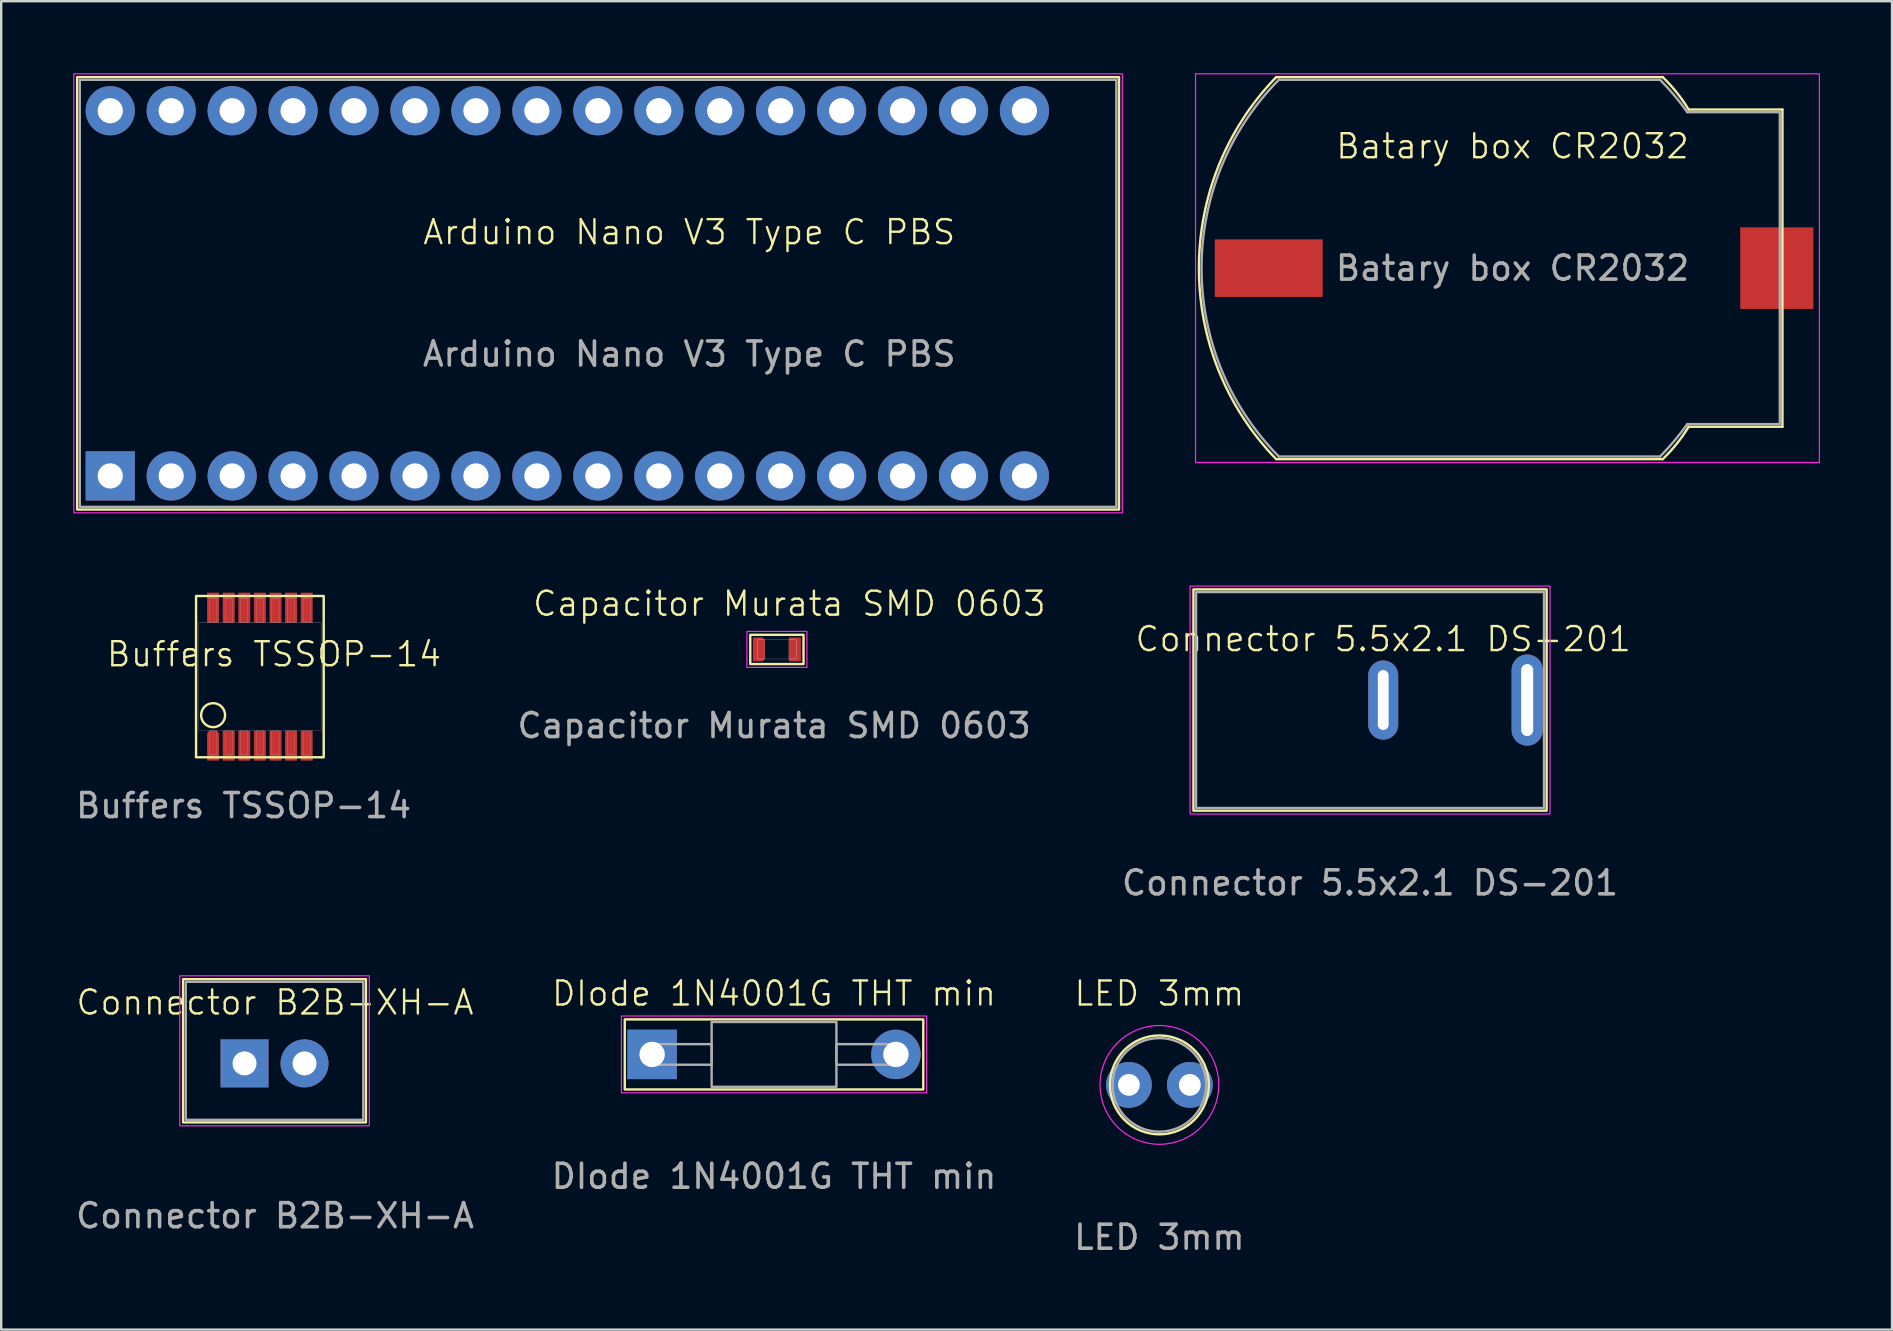
<source format=kicad_pcb>
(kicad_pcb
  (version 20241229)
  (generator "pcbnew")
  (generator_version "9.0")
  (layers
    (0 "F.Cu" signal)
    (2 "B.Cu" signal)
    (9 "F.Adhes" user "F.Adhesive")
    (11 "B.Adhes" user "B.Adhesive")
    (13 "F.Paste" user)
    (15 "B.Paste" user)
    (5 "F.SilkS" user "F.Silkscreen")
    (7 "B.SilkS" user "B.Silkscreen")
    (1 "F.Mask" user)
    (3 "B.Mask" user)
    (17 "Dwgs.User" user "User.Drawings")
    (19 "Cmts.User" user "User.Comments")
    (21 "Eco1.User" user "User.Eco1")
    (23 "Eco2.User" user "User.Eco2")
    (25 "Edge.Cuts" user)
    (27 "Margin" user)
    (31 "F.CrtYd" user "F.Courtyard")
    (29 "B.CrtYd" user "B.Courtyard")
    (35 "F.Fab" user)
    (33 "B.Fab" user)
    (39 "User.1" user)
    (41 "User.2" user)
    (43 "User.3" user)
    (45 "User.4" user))
  (footprint "Capacitor Murata SMD 0603"
    (layer "F.Cu")
    (at 28.578 24.015)
    (property "Reference" "Capacitor Murata SMD 0603" (at 1.27 -1.905 0) (unlocked yes) (layer "F.SilkS") (effects (font (size 1 1) (thickness 0.1))))
    (attr smd)
    (fp_rect (start -0.36 -0.61) (end 1.86 0.61) (stroke (width 0.1) (type solid)) (fill no) (layer "F.SilkS"))
    (fp_rect (start -0.5 -0.75) (end 2 0.75) (stroke (width 0.05) (type solid)) (fill no) (layer "F.CrtYd"))
    (fp_rect (start -0.05 -0.4) (end 0.25 0.4) (stroke (width 0.01) (type solid)) (fill no) (layer "F.Fab"))
    (fp_rect (start -0.05 -0.4) (end 1.55 0.4) (stroke (width 0.01) (type solid)) (fill no) (layer "F.Fab"))
    (fp_rect (start 1.25 -0.4) (end 1.55 0.4) (stroke (width 0.01) (type solid)) (fill no) (layer "F.Fab"))
    (fp_text user "${REFERENCE}" (at 0.635 3.175 0) (unlocked yes) (layer "F.Fab") (effects (font (size 1 1) (thickness 0.15))))
    (pad "GND" smd rect (at 1.5 0) (size 0.5 1) (layers "F.Cu" "F.Mask" "F.Paste"))
    (pad "Vin" smd roundrect (at 0 0) (size 0.5 1) (layers "F.Cu" "F.Mask" "F.Paste") (roundrect_rratio 0) (chamfer_ratio 0.2) (chamfer top_right bottom_right)))
  (footprint "Buffers TSSOP-14"
    (layer "F.Cu")
    (at 5.831 28.025)
    (property "Reference" "Buffers TSSOP-14" (at 2.54 -3.81 0) (unlocked yes) (layer "F.SilkS") (effects (font (size 1 1) (thickness 0.1))))
    (attr smd)
    (fp_rect (start -0.71 -6.235) (end 4.61 0.485) (stroke (width 0.1) (type solid)) (fill no) (layer "F.SilkS"))
    (fp_circle (center 0 -1.27) (end 0.5 -1.27) (stroke (width 0.1) (type solid)) (fill no) (layer "F.SilkS"))
    (fp_rect (start -0.85 -6.625) (end 4.75 0.875) (stroke (width 0.1) (type solid)) (fill no) (layer "Margin"))
    (fp_rect (start -0.6 -5.125) (end 4.5 -0.625) (stroke (width 0.01) (type solid)) (fill no) (layer "F.Fab"))
    (fp_rect (start -0.15 -6.125) (end 0.15 -5.125) (stroke (width 0.01) (type solid)) (fill no) (layer "F.Fab"))
    (fp_rect (start -0.15 -0.625) (end 0.15 0.375) (stroke (width 0.01) (type solid)) (fill no) (layer "F.Fab"))
    (fp_rect (start 0.5 -6.125) (end 0.8 -5.125) (stroke (width 0.01) (type solid)) (fill no) (layer "F.Fab"))
    (fp_rect (start 0.5 -0.625) (end 0.8 0.375) (stroke (width 0.01) (type solid)) (fill no) (layer "F.Fab"))
    (fp_rect (start 1.15 -6.125) (end 1.45 -5.125) (stroke (width 0.01) (type solid)) (fill no) (layer "F.Fab"))
    (fp_rect (start 1.15 -0.625) (end 1.45 0.375) (stroke (width 0.01) (type solid)) (fill no) (layer "F.Fab"))
    (fp_rect (start 1.8 -6.125) (end 2.1 -5.125) (stroke (width 0.01) (type solid)) (fill no) (layer "F.Fab"))
    (fp_rect (start 1.8 -0.625) (end 2.1 0.375) (stroke (width 0.01) (type solid)) (fill no) (layer "F.Fab"))
    (fp_rect (start 2.45 -6.125) (end 2.75 -5.125) (stroke (width 0.01) (type solid)) (fill no) (layer "F.Fab"))
    (fp_rect (start 2.45 -0.625) (end 2.75 0.375) (stroke (width 0.01) (type solid)) (fill no) (layer "F.Fab"))
    (fp_rect (start 3.1 -6.125) (end 3.4 -5.125) (stroke (width 0.01) (type solid)) (fill no) (layer "F.Fab"))
    (fp_rect (start 3.1 -0.625) (end 3.4 0.375) (stroke (width 0.01) (type solid)) (fill no) (layer "F.Fab"))
    (fp_rect (start 3.75 -6.125) (end 4.05 -5.125) (stroke (width 0.01) (type solid)) (fill no) (layer "F.Fab"))
    (fp_rect (start 3.75 -0.625) (end 4.05 0.375) (stroke (width 0.01) (type solid)) (fill no) (layer "F.Fab"))
    (fp_text user "${REFERENCE}" (at 1.27 2.5 0) (unlocked yes) (layer "F.Fab") (effects (font (size 1 1) (thickness 0.15))))
    (pad "1" smd roundrect (at 0 0) (size 0.5 1.25) (layers "F.Cu" "F.Mask" "F.Paste") (roundrect_rratio 0) (chamfer_ratio 0.2) (chamfer top_left top_right))
    (pad "2" smd rect (at 0.65 0) (size 0.5 1.25) (layers "F.Cu" "F.Mask" "F.Paste"))
    (pad "3" smd rect (at 1.3 0) (size 0.5 1.25) (layers "F.Cu" "F.Mask" "F.Paste"))
    (pad "4" smd rect (at 1.95 0) (size 0.5 1.25) (layers "F.Cu" "F.Mask" "F.Paste"))
    (pad "5" smd rect (at 2.6 0) (size 0.5 1.25) (layers "F.Cu" "F.Mask" "F.Paste"))
    (pad "6" smd rect (at 3.25 0) (size 0.5 1.25) (layers "F.Cu" "F.Mask" "F.Paste"))
    (pad "7" smd rect (at 3.9 0) (size 0.5 1.25) (layers "F.Cu" "F.Mask" "F.Paste"))
    (pad "8" smd rect (at 3.9 -5.75) (size 0.5 1.25) (layers "F.Cu" "F.Mask" "F.Paste"))
    (pad "9" smd rect (at 3.25 -5.75) (size 0.5 1.25) (layers "F.Cu" "F.Mask" "F.Paste"))
    (pad "10" smd rect (at 2.6 -5.75) (size 0.5 1.25) (layers "F.Cu" "F.Mask" "F.Paste"))
    (pad "11" smd rect (at 1.95 -5.75) (size 0.5 1.25) (layers "F.Cu" "F.Mask" "F.Paste"))
    (pad "12" smd rect (at 1.3 -5.75) (size 0.5 1.25) (layers "F.Cu" "F.Mask" "F.Paste"))
    (pad "13" smd rect (at 0.65 -5.75) (size 0.5 1.25) (layers "F.Cu" "F.Mask" "F.Paste"))
    (pad "14" smd rect (at 0 -5.75) (size 0.5 1.25) (layers "F.Cu" "F.Mask" "F.Paste")))
  (footprint "Connector 5.5x2.1 DS-201"
    (layer "F.Cu")
    (at 54.597 26.125)
    (property "Reference" "Connector 5.5x2.1 DS-201" (at 0 -2.54 0) (unlocked yes) (layer "F.SilkS") (effects (font (size 1 1) (thickness 0.1))))
    (attr through_hole)
    (fp_rect (start -7.91 -4.61) (end 6.81 4.61) (stroke (width 0.1) (type solid)) (fill no) (layer "F.SilkS"))
    (fp_rect (start -8.05 -4.75) (end 6.95 4.75) (stroke (width 0.05) (type solid)) (fill no) (layer "F.CrtYd"))
    (fp_rect (start -7.8 -4.5) (end 6.7 4.5) (stroke (width 0.1) (type solid)) (fill no) (layer "F.Fab"))
    (fp_text user "${REFERENCE}" (at -0.55 7.62 0) (unlocked yes) (layer "F.Fab") (effects (font (size 1 1) (thickness 0.15))))
    (pad "GND" thru_hole oval (at 0 0) (size 1.25 3.3) (drill oval 0.45 2.5) (layers "*.Cu" "*.Mask"))
    (pad "Vout" thru_hole oval (at 6 0) (size 1.3 3.8) (drill oval 0.5 3) (layers "*.Cu" "*.Mask")))
  (footprint "DIode 1N4001G THT min"
    (layer "F.Cu")
    (at 24.128 40.894)
    (property "Reference" "DIode 1N4001G THT min" (at 5.08 -2.54 0) (unlocked yes) (layer "F.SilkS") (effects (font (size 1 1) (thickness 0.1))))
    (attr through_hole)
    (fp_rect (start -1.14 -1.46) (end 11.3 1.46) (stroke (width 0.1) (type default)) (fill no) (layer "F.SilkS"))
    (fp_rect (start -1.28 -1.6) (end 11.44 1.6) (stroke (width 0.05) (type solid)) (fill no) (layer "F.CrtYd"))
    (fp_rect (start 0 -0.43) (end 2.48 0.43) (stroke (width 0.1) (type solid)) (fill no) (layer "F.Fab"))
    (fp_rect (start 2.48 -1.35) (end 7.68 1.35) (stroke (width 0.1) (type solid)) (fill no) (layer "F.Fab"))
    (fp_rect (start 7.68 -0.43) (end 10.16 0.43) (stroke (width 0.1) (type solid)) (fill no) (layer "F.Fab"))
    (fp_text user "${REFERENCE}" (at 5.08 5.08 0) (unlocked yes) (layer "F.Fab") (effects (font (size 1 1) (thickness 0.15))))
    (pad "GND" thru_hole circle (at 10.16 0) (size 2.06 2.06) (drill 1.06) (layers "*.Cu" "*.Mask"))
    (pad "Vin" thru_hole rect (at 0 0) (size 2.06 2.06) (drill 1.06) (layers "*.Cu" "*.Mask")))
  (footprint "Arduino Nano V3 Type C PBS"
    (layer "F.Cu")
    (at 1.545 16.785)
    (property "Reference" "Arduino Nano V3 Type C PBS" (at 24.13 -10.16 0) (unlocked yes) (layer "F.SilkS") (effects (font (size 1 1) (thickness 0.1))))
    (attr through_hole)
    (fp_rect (start -1.38 1.4) (end 42.04 -16.62) (stroke (width 0.1) (type solid)) (fill no) (layer "F.SilkS"))
    (fp_rect (start -1.52 1.54) (end 42.18 -16.76) (stroke (width 0.05) (type solid)) (fill no) (layer "F.CrtYd"))
    (fp_rect (start -1.27 1.29) (end 41.93 -16.51) (stroke (width 0.1) (type solid)) (fill no) (layer "F.Fab"))
    (fp_text user "${REFERENCE}" (at 24.13 -5.08 0) (unlocked yes) (layer "F.Fab") (effects (font (size 1 1) (thickness 0.15))))
    (pad "3V3" thru_hole circle (at 35.56 -15.22) (size 2.05 2.05) (drill 1.05) (layers "*.Cu" "*.Mask"))
    (pad "5V" thru_hole circle (at 10.16 -15.22) (size 2.05 2.05) (drill 1.05) (layers "*.Cu" "*.Mask"))
    (pad "A0" thru_hole circle (at 30.48 -15.22) (size 2.05 2.05) (drill 1.05) (layers "*.Cu" "*.Mask"))
    (pad "A1" thru_hole circle (at 27.94 -15.22) (size 2.05 2.05) (drill 1.05) (layers "*.Cu" "*.Mask"))
    (pad "A2" thru_hole circle (at 25.4 -15.22) (size 2.05 2.05) (drill 1.05) (layers "*.Cu" "*.Mask"))
    (pad "A3" thru_hole circle (at 22.86 -15.22) (size 2.05 2.05) (drill 1.05) (layers "*.Cu" "*.Mask"))
    (pad "A4" thru_hole circle (at 20.32 -15.22) (size 2.05 2.05) (drill 1.05) (layers "*.Cu" "*.Mask"))
    (pad "A5" thru_hole circle (at 17.78 -15.22) (size 2.05 2.05) (drill 1.05) (layers "*.Cu" "*.Mask"))
    (pad "A6" thru_hole circle (at 15.24 -15.22) (size 2.05 2.05) (drill 1.05) (layers "*.Cu" "*.Mask"))
    (pad "A7" thru_hole circle (at 12.7 -15.22) (size 2.05 2.05) (drill 1.05) (layers "*.Cu" "*.Mask"))
    (pad "AREF" thru_hole circle (at 33.02 -15.22) (size 2.05 2.05) (drill 1.05) (layers "*.Cu" "*.Mask"))
    (pad "D0" thru_hole circle (at 5.08 0) (size 2.05 2.05) (drill 1.05) (layers "*.Cu" "*.Mask"))
    (pad "D1" thru_hole circle (at 2.54 0) (size 2.05 2.05) (drill 1.05) (layers "*.Cu" "*.Mask"))
    (pad "D2" thru_hole circle (at 12.7 0) (size 2.05 2.05) (drill 1.05) (layers "*.Cu" "*.Mask"))
    (pad "D3" thru_hole circle (at 15.24 0) (size 2.05 2.05) (drill 1.05) (layers "*.Cu" "*.Mask"))
    (pad "D4" thru_hole circle (at 17.78 0) (size 2.05 2.05) (drill 1.05) (layers "*.Cu" "*.Mask"))
    (pad "D5" thru_hole circle (at 20.32 0) (size 2.05 2.05) (drill 1.05) (layers "*.Cu" "*.Mask"))
    (pad "D6" thru_hole circle (at 22.86 0) (size 2.05 2.05) (drill 1.05) (layers "*.Cu" "*.Mask"))
    (pad "D7" thru_hole circle (at 25.4 0) (size 2.05 2.05) (drill 1.05) (layers "*.Cu" "*.Mask"))
    (pad "D8" thru_hole circle (at 27.94 0) (size 2.05 2.05) (drill 1.05) (layers "*.Cu" "*.Mask"))
    (pad "D9" thru_hole circle (at 30.48 0) (size 2.05 2.05) (drill 1.05) (layers "*.Cu" "*.Mask"))
    (pad "D10" thru_hole circle (at 33.02 0) (size 2.05 2.05) (drill 1.05) (layers "*.Cu" "*.Mask"))
    (pad "D11" thru_hole circle (at 35.56 0) (size 2.05 2.05) (drill 1.05) (layers "*.Cu" "*.Mask"))
    (pad "D12" thru_hole circle (at 38.1 0) (size 2.05 2.05) (drill 1.05) (layers "*.Cu" "*.Mask"))
    (pad "D13" thru_hole circle (at 38.1 -15.22) (size 2.05 2.05) (drill 1.05) (layers "*.Cu" "*.Mask"))
    (pad "GL" thru_hole circle (at 10.16 0) (size 2.05 2.05) (drill 1.05) (layers "*.Cu" "*.Mask"))
    (pad "GR" thru_hole circle (at 5.08 -15.22) (size 2.05 2.05) (drill 1.05) (layers "*.Cu" "*.Mask"))
    (pad "PE0" thru_hole circle (at 0 -15.22) (size 2.05 2.05) (drill 1.05) (layers "*.Cu" "*.Mask"))
    (pad "PE1" thru_hole rect (at 0 0) (size 2.05 2.05) (drill 1.05) (layers "*.Cu" "*.Mask"))
    (pad "RL" thru_hole circle (at 7.62 0) (size 2.05 2.05) (drill 1.05) (layers "*.Cu" "*.Mask"))
    (pad "RR" thru_hole circle (at 7.62 -15.22) (size 2.05 2.05) (drill 1.05) (layers "*.Cu" "*.Mask"))
    (pad "VIN" thru_hole circle (at 2.54 -15.22) (size 2.05 2.05) (drill 1.05) (layers "*.Cu" "*.Mask")))
  (footprint "Batary box CR2032"
    (layer "F.Cu")
    (at 49.825 8.125)
    (property "Reference" "Batary box CR2032" (at 10.16 -5.08 0) (unlocked yes) (layer "F.SilkS") (effects (font (size 1 1) (thickness 0.1))))
    (attr smd)
    (fp_line (start 0.31 -7.96) (end 16.42 -7.96) (stroke (width 0.1) (type solid)) (layer "F.SilkS"))
    (fp_line (start 0.31 7.96) (end 16.42 7.96) (stroke (width 0.1) (type solid)) (layer "F.SilkS"))
    (fp_line (start 17.5 -6.61) (end 21.41 -6.61) (stroke (width 0.1) (type solid)) (layer "F.SilkS"))
    (fp_line (start 21.41 -6.61) (end 21.41 6.61) (stroke (width 0.1) (type solid)) (layer "F.SilkS"))
    (fp_line (start 21.41 6.61) (end 17.5 6.61) (stroke (width 0.1) (type solid)) (layer "F.SilkS"))
    (fp_arc (start 0.31 7.96) (mid -2.91 0) (end 0.31 -7.96) (stroke (width 0.1) (type solid)) (layer "F.SilkS"))
    (fp_arc (start 16.42 -7.96) (mid 17.011366 -7.311267) (end 17.5 -6.61) (stroke (width 0.1) (type solid)) (layer "F.SilkS"))
    (fp_arc (start 17.5 6.61) (mid 17.011366 7.311267) (end 16.42 7.96) (stroke (width 0.1) (type solid)) (layer "F.SilkS"))
    (fp_rect (start -3.05 -8.1) (end 22.95 8.1) (stroke (width 0.05) (type solid)) (fill no) (layer "F.CrtYd"))
    (fp_line (start 0.42 -7.85) (end 16.31 -7.85) (stroke (width 0.1) (type solid)) (layer "F.Fab"))
    (fp_line (start 0.42 7.85) (end 16.31 7.85) (stroke (width 0.1) (type solid)) (layer "F.Fab"))
    (fp_line (start 17.44 -6.5) (end 21.3 -6.5) (stroke (width 0.1) (type solid)) (layer "F.Fab"))
    (fp_line (start 21.3 -6.5) (end 21.3 6.5) (stroke (width 0.1) (type solid)) (layer "F.Fab"))
    (fp_line (start 21.3 6.5) (end 17.44 6.5) (stroke (width 0.1) (type solid)) (layer "F.Fab"))
    (fp_arc (start 0.42 7.85) (mid -2.8 0) (end 0.42 -7.85) (stroke (width 0.1) (type solid)) (layer "F.Fab"))
    (fp_arc (start 16.31 -7.85) (mid 16.901366 -7.201267) (end 17.44001 -6.508135) (stroke (width 0.1) (type solid)) (layer "F.Fab"))
    (fp_arc (start 17.4401 6.508135) (mid 16.901366 7.201267) (end 16.31 7.85) (stroke (width 0.1) (type solid)) (layer "F.Fab"))
    (fp_text user "${REFERENCE}" (at 10.16 0 0) (unlocked yes) (layer "F.Fab") (effects (font (size 1 1) (thickness 0.15))))
    (pad "GND" smd rect (at 0 0) (size 4.5 2.4) (layers "F.Cu" "F.Mask" "F.Paste"))
    (pad "VCC" smd rect (at 21.175 0) (size 3.05 3.4) (layers "F.Cu" "F.Mask" "F.Paste")))
  (footprint "Connector B2B-XH-A"
    (layer "F.Cu")
    (at 7.141 41.268)
    (property "Reference" "Connector B2B-XH-A" (at 1.27 -2.54 0) (unlocked yes) (layer "F.SilkS") (effects (font (size 1 1) (thickness 0.1))))
    (attr through_hole)
    (fp_rect (start -2.56 2.46) (end 5.06 -3.51) (stroke (width 0.1) (type solid)) (fill no) (layer "F.SilkS"))
    (fp_rect (start -2.7 2.6) (end 5.2 -3.65) (stroke (width 0.05) (type solid)) (fill no) (layer "F.CrtYd"))
    (fp_rect (start -2.45 2.35) (end 4.95 -3.4) (stroke (width 0.1) (type default)) (fill no) (layer "F.Fab"))
    (fp_text user "${REFERENCE}" (at 1.27 6.35 0) (unlocked yes) (layer "F.Fab") (effects (font (size 1 1) (thickness 0.15))))
    (pad "GND" thru_hole circle (at 2.5 0) (size 2 2) (drill 1) (layers "*.Cu" "*.Mask"))
    (pad "VCC" thru_hole rect (at 0 0) (size 2 2) (drill 1) (layers "*.Cu" "*.Mask")))
  (footprint "LED 3mm"
    (layer "F.Cu")
    (at 43.998 42.164)
    (property "Reference" "LED 3mm" (at 1.27 -3.81 0) (unlocked yes) (layer "F.SilkS") (effects (font (size 1 1) (thickness 0.1))))
    (attr through_hole)
    (fp_circle (center 1.27 0) (end 3.33 0) (stroke (width 0.1) (type solid)) (fill no) (layer "F.SilkS"))
    (fp_circle (center 1.27 0) (end 3.745 0) (stroke (width 0.05) (type solid)) (fill no) (layer "F.CrtYd"))
    (fp_circle (center 1.27 0) (end 3.22 0) (stroke (width 0.1) (type solid)) (fill no) (layer "F.Fab"))
    (fp_text user "${REFERENCE}" (at 1.27 6.35 0) (unlocked yes) (layer "F.Fab") (effects (font (size 1 1) (thickness 0.15))))
    (pad "GND" thru_hole circle (at 2.54 0) (size 1.91 1.91) (drill 0.91) (layers "*.Cu" "*.Mask"))
    (pad "VCC" thru_hole circle (at 0 0) (size 1.91 1.91) (drill 0.91) (layers "*.Cu" "*.Mask")))
  (gr_rect
    (start -3 -3)
    (end 75.8 52.362)
    (stroke (width 0.1) (type default))
    (fill no)
    (layer "Edge.Cuts")))
</source>
